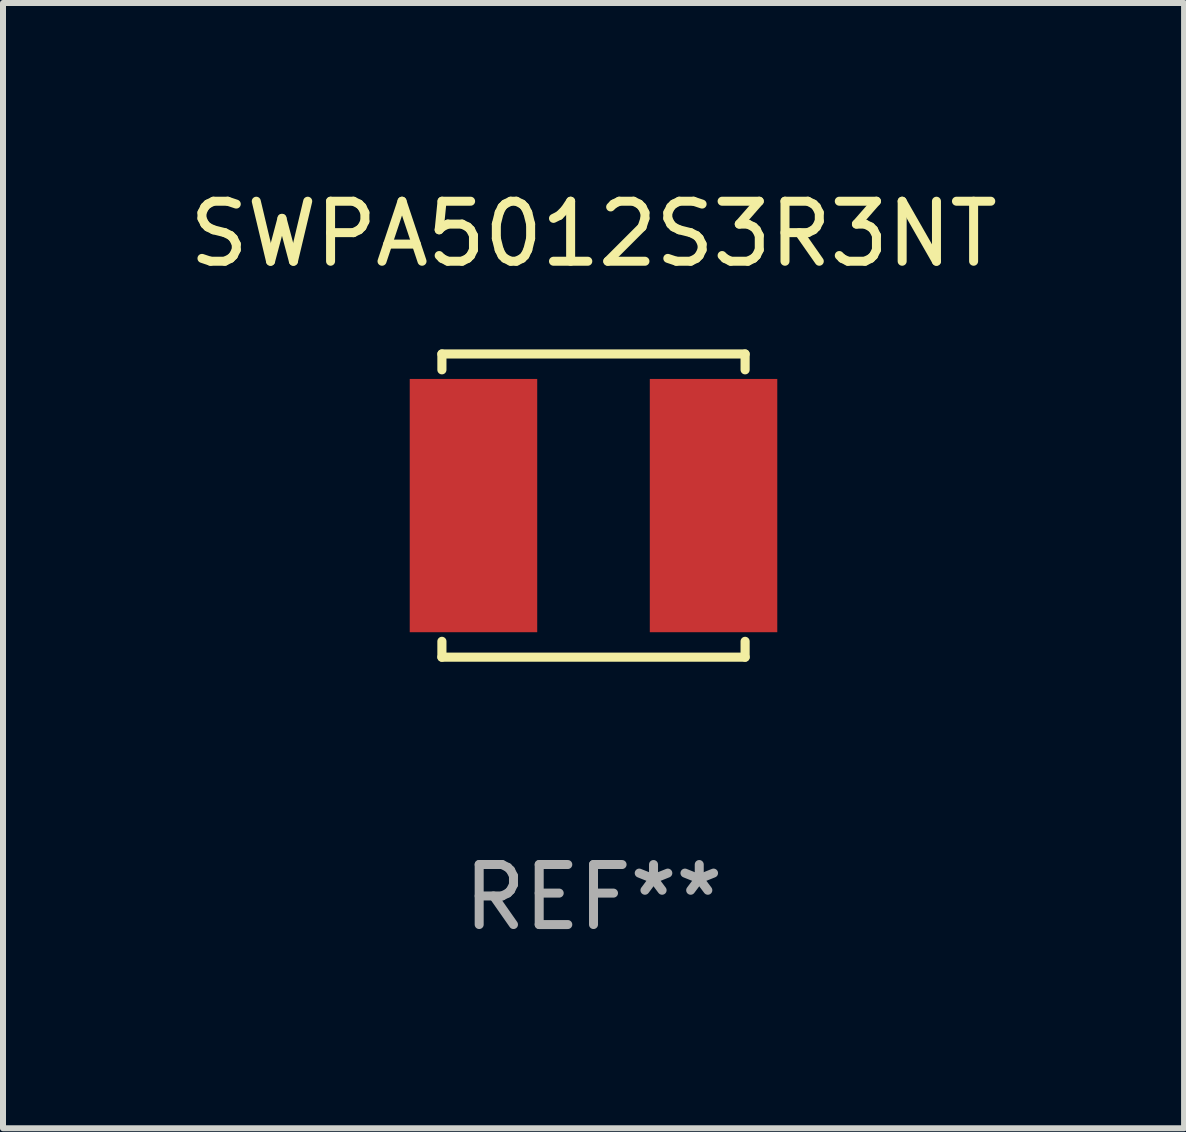
<source format=kicad_pcb>
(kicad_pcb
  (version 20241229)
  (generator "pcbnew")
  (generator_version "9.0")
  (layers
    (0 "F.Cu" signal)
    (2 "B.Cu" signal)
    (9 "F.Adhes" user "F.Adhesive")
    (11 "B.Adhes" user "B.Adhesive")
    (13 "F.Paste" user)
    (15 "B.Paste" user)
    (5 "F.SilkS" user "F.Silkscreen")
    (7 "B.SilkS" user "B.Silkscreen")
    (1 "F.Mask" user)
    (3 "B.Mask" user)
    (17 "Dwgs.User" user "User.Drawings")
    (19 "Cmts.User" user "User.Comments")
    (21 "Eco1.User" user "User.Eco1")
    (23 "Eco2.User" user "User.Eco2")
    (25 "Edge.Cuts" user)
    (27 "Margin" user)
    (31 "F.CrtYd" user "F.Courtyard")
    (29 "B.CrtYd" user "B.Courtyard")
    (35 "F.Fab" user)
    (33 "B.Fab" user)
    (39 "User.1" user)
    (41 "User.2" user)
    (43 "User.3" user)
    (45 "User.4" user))
  (footprint "SWPA5012S3R3NT"
    (layer "F.Cu")
    (at 6.839 5.374)
    (property "Reference" "SWPA5012S3R3NT" (at 0 -4.526 0) (layer "F.SilkS") (effects (font (size 1 1) (thickness 0.15))))
    (attr through_hole)
    (fp_line (start -2.526 -2.526) (end 2.526 -2.526) (stroke (width 0.152) (type solid)) (layer "F.SilkS"))
    (fp_line (start -2.526 -2.262) (end -2.526 -2.526) (stroke (width 0.152) (type solid)) (layer "F.SilkS"))
    (fp_line (start -2.526 2.262) (end -2.526 2.526) (stroke (width 0.152) (type solid)) (layer "F.SilkS"))
    (fp_line (start -2.526 2.526) (end 2.526 2.526) (stroke (width 0.152) (type solid)) (layer "F.SilkS"))
    (fp_line (start 2.526 -2.526) (end 2.526 -2.262) (stroke (width 0.152) (type solid)) (layer "F.SilkS"))
    (fp_line (start 2.526 2.526) (end 2.526 2.262) (stroke (width 0.152) (type solid)) (layer "F.SilkS"))
    (fp_circle (center 2.5 -2.5) (end 2.53 -2.5) (stroke (width 0.06) (type solid)) (fill no) (layer "F.SilkS"))
    (fp_text user "REF**" (at 0 6.526 0) (layer "F.Fab") (effects (font (size 1 1) (thickness 0.15))))
    (pad "1" smd rect (at 2 0) (size 2.124 4.22) (layers "F.Cu" "F.Mask" "F.Paste"))
    (pad "2" smd rect (at -2 0) (size 2.124 4.22) (layers "F.Cu" "F.Mask" "F.Paste")))
  (gr_rect
    (start -3 -3)
    (end 16.679 15.749)
    (stroke (width 0.1) (type default))
    (fill no)
    (layer "Edge.Cuts")))
</source>
